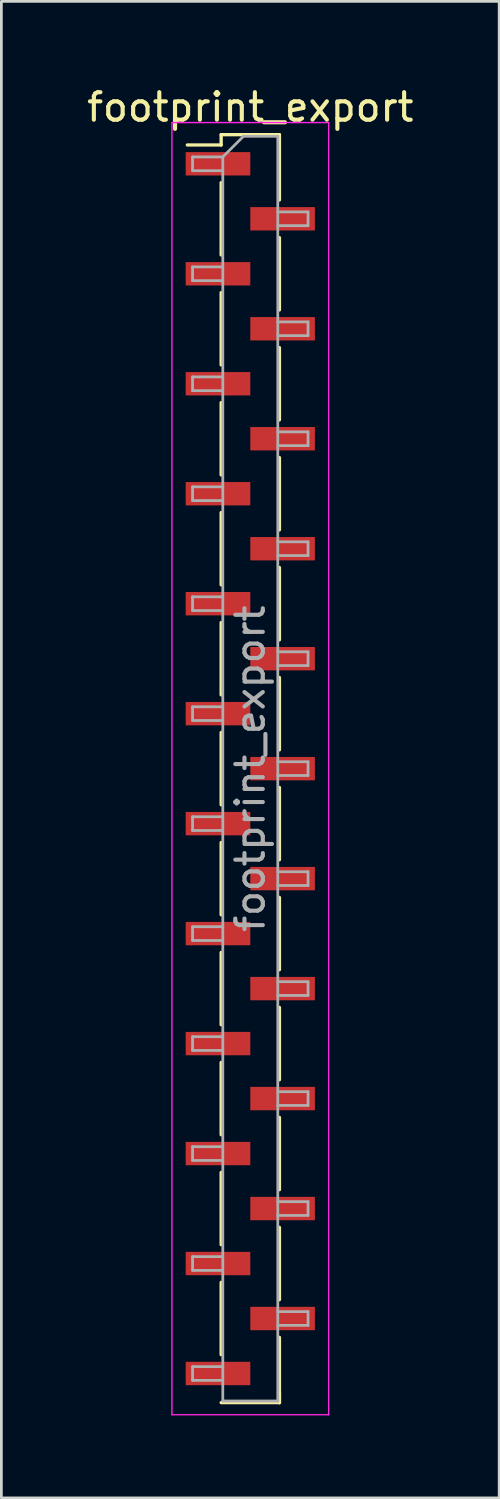
<source format=kicad_pcb>
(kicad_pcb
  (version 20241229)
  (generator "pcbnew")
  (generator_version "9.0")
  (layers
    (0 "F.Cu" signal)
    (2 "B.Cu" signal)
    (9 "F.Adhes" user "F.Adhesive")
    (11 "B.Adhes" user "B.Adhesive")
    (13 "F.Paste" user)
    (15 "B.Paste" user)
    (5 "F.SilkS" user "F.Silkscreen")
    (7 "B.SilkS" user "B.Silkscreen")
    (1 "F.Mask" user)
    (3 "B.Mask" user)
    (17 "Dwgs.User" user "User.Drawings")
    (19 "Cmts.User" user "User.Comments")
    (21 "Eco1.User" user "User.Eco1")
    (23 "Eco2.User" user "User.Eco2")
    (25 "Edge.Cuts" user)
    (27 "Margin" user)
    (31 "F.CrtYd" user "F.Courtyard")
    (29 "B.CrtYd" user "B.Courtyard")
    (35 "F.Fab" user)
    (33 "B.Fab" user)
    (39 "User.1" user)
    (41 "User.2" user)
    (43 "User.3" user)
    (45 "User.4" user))
  (footprint "footprint_export"
    (layer "F.Cu")
    (at 6.054 24.908)
    (property "Reference" "footprint_export" (at 0 -24.06 0) (layer "F.SilkS") (effects (font (size 1 1) (thickness 0.15))))
    (attr smd)
    (fp_line (start -1.06 -23.06) (end -1.06 -22.685) (stroke (width 0.12) (type solid)) (layer "F.SilkS"))
    (fp_line (start -1.06 -23.06) (end 1.06 -23.06) (stroke (width 0.12) (type solid)) (layer "F.SilkS"))
    (fp_line (start -1.06 -22.685) (end -2.29 -22.685) (stroke (width 0.12) (type solid)) (layer "F.SilkS"))
    (fp_line (start -1.06 -21.315) (end -1.06 -18.685) (stroke (width 0.12) (type solid)) (layer "F.SilkS"))
    (fp_line (start -1.06 -17.315) (end -1.06 -14.685) (stroke (width 0.12) (type solid)) (layer "F.SilkS"))
    (fp_line (start -1.06 -13.315) (end -1.06 -10.685) (stroke (width 0.12) (type solid)) (layer "F.SilkS"))
    (fp_line (start -1.06 -9.315) (end -1.06 -6.685) (stroke (width 0.12) (type solid)) (layer "F.SilkS"))
    (fp_line (start -1.06 -5.315) (end -1.06 -2.685) (stroke (width 0.12) (type solid)) (layer "F.SilkS"))
    (fp_line (start -1.06 -1.315) (end -1.06 1.315) (stroke (width 0.12) (type solid)) (layer "F.SilkS"))
    (fp_line (start -1.06 2.685) (end -1.06 5.315) (stroke (width 0.12) (type solid)) (layer "F.SilkS"))
    (fp_line (start -1.06 6.685) (end -1.06 9.315) (stroke (width 0.12) (type solid)) (layer "F.SilkS"))
    (fp_line (start -1.06 10.685) (end -1.06 13.315) (stroke (width 0.12) (type solid)) (layer "F.SilkS"))
    (fp_line (start -1.06 14.685) (end -1.06 17.315) (stroke (width 0.12) (type solid)) (layer "F.SilkS"))
    (fp_line (start -1.06 18.685) (end -1.06 21.315) (stroke (width 0.12) (type solid)) (layer "F.SilkS"))
    (fp_line (start -1.06 23.06) (end 1.06 23.06) (stroke (width 0.12) (type solid)) (layer "F.SilkS"))
    (fp_line (start 1.06 -23.06) (end 1.06 -20.685) (stroke (width 0.12) (type solid)) (layer "F.SilkS"))
    (fp_line (start 1.06 -19.315) (end 1.06 -16.685) (stroke (width 0.12) (type solid)) (layer "F.SilkS"))
    (fp_line (start 1.06 -15.315) (end 1.06 -12.685) (stroke (width 0.12) (type solid)) (layer "F.SilkS"))
    (fp_line (start 1.06 -11.315) (end 1.06 -8.685) (stroke (width 0.12) (type solid)) (layer "F.SilkS"))
    (fp_line (start 1.06 -7.315) (end 1.06 -4.685) (stroke (width 0.12) (type solid)) (layer "F.SilkS"))
    (fp_line (start 1.06 -3.315) (end 1.06 -0.685) (stroke (width 0.12) (type solid)) (layer "F.SilkS"))
    (fp_line (start 1.06 0.685) (end 1.06 3.315) (stroke (width 0.12) (type solid)) (layer "F.SilkS"))
    (fp_line (start 1.06 4.685) (end 1.06 7.315) (stroke (width 0.12) (type solid)) (layer "F.SilkS"))
    (fp_line (start 1.06 8.685) (end 1.06 11.315) (stroke (width 0.12) (type solid)) (layer "F.SilkS"))
    (fp_line (start 1.06 12.685) (end 1.06 15.315) (stroke (width 0.12) (type solid)) (layer "F.SilkS"))
    (fp_line (start 1.06 16.685) (end 1.06 19.315) (stroke (width 0.12) (type solid)) (layer "F.SilkS"))
    (fp_line (start 1.06 20.685) (end 1.06 23.06) (stroke (width 0.12) (type solid)) (layer "F.SilkS"))
    (fp_line (start 1.06 22.685) (end 1.06 23.06) (stroke (width 0.12) (type solid)) (layer "F.SilkS"))
    (fp_line (start -2.85 -23.5) (end -2.85 23.5) (stroke (width 0.05) (type solid)) (layer "F.CrtYd"))
    (fp_line (start -2.85 23.5) (end 2.85 23.5) (stroke (width 0.05) (type solid)) (layer "F.CrtYd"))
    (fp_line (start 2.85 -23.5) (end -2.85 -23.5) (stroke (width 0.05) (type solid)) (layer "F.CrtYd"))
    (fp_line (start 2.85 23.5) (end 2.85 -23.5) (stroke (width 0.05) (type solid)) (layer "F.CrtYd"))
    (fp_line (start -2.1 -22.25) (end -2.1 -21.75) (stroke (width 0.1) (type solid)) (layer "F.Fab"))
    (fp_line (start -2.1 -21.75) (end -1 -21.75) (stroke (width 0.1) (type solid)) (layer "F.Fab"))
    (fp_line (start -2.1 -18.25) (end -2.1 -17.75) (stroke (width 0.1) (type solid)) (layer "F.Fab"))
    (fp_line (start -2.1 -17.75) (end -1 -17.75) (stroke (width 0.1) (type solid)) (layer "F.Fab"))
    (fp_line (start -2.1 -14.25) (end -2.1 -13.75) (stroke (width 0.1) (type solid)) (layer "F.Fab"))
    (fp_line (start -2.1 -13.75) (end -1 -13.75) (stroke (width 0.1) (type solid)) (layer "F.Fab"))
    (fp_line (start -2.1 -10.25) (end -2.1 -9.75) (stroke (width 0.1) (type solid)) (layer "F.Fab"))
    (fp_line (start -2.1 -9.75) (end -1 -9.75) (stroke (width 0.1) (type solid)) (layer "F.Fab"))
    (fp_line (start -2.1 -6.25) (end -2.1 -5.75) (stroke (width 0.1) (type solid)) (layer "F.Fab"))
    (fp_line (start -2.1 -5.75) (end -1 -5.75) (stroke (width 0.1) (type solid)) (layer "F.Fab"))
    (fp_line (start -2.1 -2.25) (end -2.1 -1.75) (stroke (width 0.1) (type solid)) (layer "F.Fab"))
    (fp_line (start -2.1 -1.75) (end -1 -1.75) (stroke (width 0.1) (type solid)) (layer "F.Fab"))
    (fp_line (start -2.1 1.75) (end -2.1 2.25) (stroke (width 0.1) (type solid)) (layer "F.Fab"))
    (fp_line (start -2.1 2.25) (end -1 2.25) (stroke (width 0.1) (type solid)) (layer "F.Fab"))
    (fp_line (start -2.1 5.75) (end -2.1 6.25) (stroke (width 0.1) (type solid)) (layer "F.Fab"))
    (fp_line (start -2.1 6.25) (end -1 6.25) (stroke (width 0.1) (type solid)) (layer "F.Fab"))
    (fp_line (start -2.1 9.75) (end -2.1 10.25) (stroke (width 0.1) (type solid)) (layer "F.Fab"))
    (fp_line (start -2.1 10.25) (end -1 10.25) (stroke (width 0.1) (type solid)) (layer "F.Fab"))
    (fp_line (start -2.1 13.75) (end -2.1 14.25) (stroke (width 0.1) (type solid)) (layer "F.Fab"))
    (fp_line (start -2.1 14.25) (end -1 14.25) (stroke (width 0.1) (type solid)) (layer "F.Fab"))
    (fp_line (start -2.1 17.75) (end -2.1 18.25) (stroke (width 0.1) (type solid)) (layer "F.Fab"))
    (fp_line (start -2.1 18.25) (end -1 18.25) (stroke (width 0.1) (type solid)) (layer "F.Fab"))
    (fp_line (start -2.1 21.75) (end -2.1 22.25) (stroke (width 0.1) (type solid)) (layer "F.Fab"))
    (fp_line (start -2.1 22.25) (end -1 22.25) (stroke (width 0.1) (type solid)) (layer "F.Fab"))
    (fp_line (start -1 -22.25) (end -2.1 -22.25) (stroke (width 0.1) (type solid)) (layer "F.Fab"))
    (fp_line (start -1 -22.25) (end -0.25 -23) (stroke (width 0.1) (type solid)) (layer "F.Fab"))
    (fp_line (start -1 -18.25) (end -2.1 -18.25) (stroke (width 0.1) (type solid)) (layer "F.Fab"))
    (fp_line (start -1 -14.25) (end -2.1 -14.25) (stroke (width 0.1) (type solid)) (layer "F.Fab"))
    (fp_line (start -1 -10.25) (end -2.1 -10.25) (stroke (width 0.1) (type solid)) (layer "F.Fab"))
    (fp_line (start -1 -6.25) (end -2.1 -6.25) (stroke (width 0.1) (type solid)) (layer "F.Fab"))
    (fp_line (start -1 -2.25) (end -2.1 -2.25) (stroke (width 0.1) (type solid)) (layer "F.Fab"))
    (fp_line (start -1 1.75) (end -2.1 1.75) (stroke (width 0.1) (type solid)) (layer "F.Fab"))
    (fp_line (start -1 5.75) (end -2.1 5.75) (stroke (width 0.1) (type solid)) (layer "F.Fab"))
    (fp_line (start -1 9.75) (end -2.1 9.75) (stroke (width 0.1) (type solid)) (layer "F.Fab"))
    (fp_line (start -1 13.75) (end -2.1 13.75) (stroke (width 0.1) (type solid)) (layer "F.Fab"))
    (fp_line (start -1 17.75) (end -2.1 17.75) (stroke (width 0.1) (type solid)) (layer "F.Fab"))
    (fp_line (start -1 21.75) (end -2.1 21.75) (stroke (width 0.1) (type solid)) (layer "F.Fab"))
    (fp_line (start -1 23) (end -1 -22.25) (stroke (width 0.1) (type solid)) (layer "F.Fab"))
    (fp_line (start -0.25 -23) (end 1 -23) (stroke (width 0.1) (type solid)) (layer "F.Fab"))
    (fp_line (start 1 -23) (end 1 23) (stroke (width 0.1) (type solid)) (layer "F.Fab"))
    (fp_line (start 1 -20.25) (end 2.1 -20.25) (stroke (width 0.1) (type solid)) (layer "F.Fab"))
    (fp_line (start 1 -16.25) (end 2.1 -16.25) (stroke (width 0.1) (type solid)) (layer "F.Fab"))
    (fp_line (start 1 -12.25) (end 2.1 -12.25) (stroke (width 0.1) (type solid)) (layer "F.Fab"))
    (fp_line (start 1 -8.25) (end 2.1 -8.25) (stroke (width 0.1) (type solid)) (layer "F.Fab"))
    (fp_line (start 1 -4.25) (end 2.1 -4.25) (stroke (width 0.1) (type solid)) (layer "F.Fab"))
    (fp_line (start 1 -0.25) (end 2.1 -0.25) (stroke (width 0.1) (type solid)) (layer "F.Fab"))
    (fp_line (start 1 3.75) (end 2.1 3.75) (stroke (width 0.1) (type solid)) (layer "F.Fab"))
    (fp_line (start 1 7.75) (end 2.1 7.75) (stroke (width 0.1) (type solid)) (layer "F.Fab"))
    (fp_line (start 1 11.75) (end 2.1 11.75) (stroke (width 0.1) (type solid)) (layer "F.Fab"))
    (fp_line (start 1 15.75) (end 2.1 15.75) (stroke (width 0.1) (type solid)) (layer "F.Fab"))
    (fp_line (start 1 19.75) (end 2.1 19.75) (stroke (width 0.1) (type solid)) (layer "F.Fab"))
    (fp_line (start 1 23) (end -1 23) (stroke (width 0.1) (type solid)) (layer "F.Fab"))
    (fp_line (start 2.1 -20.25) (end 2.1 -19.75) (stroke (width 0.1) (type solid)) (layer "F.Fab"))
    (fp_line (start 2.1 -19.75) (end 1 -19.75) (stroke (width 0.1) (type solid)) (layer "F.Fab"))
    (fp_line (start 2.1 -16.25) (end 2.1 -15.75) (stroke (width 0.1) (type solid)) (layer "F.Fab"))
    (fp_line (start 2.1 -15.75) (end 1 -15.75) (stroke (width 0.1) (type solid)) (layer "F.Fab"))
    (fp_line (start 2.1 -12.25) (end 2.1 -11.75) (stroke (width 0.1) (type solid)) (layer "F.Fab"))
    (fp_line (start 2.1 -11.75) (end 1 -11.75) (stroke (width 0.1) (type solid)) (layer "F.Fab"))
    (fp_line (start 2.1 -8.25) (end 2.1 -7.75) (stroke (width 0.1) (type solid)) (layer "F.Fab"))
    (fp_line (start 2.1 -7.75) (end 1 -7.75) (stroke (width 0.1) (type solid)) (layer "F.Fab"))
    (fp_line (start 2.1 -4.25) (end 2.1 -3.75) (stroke (width 0.1) (type solid)) (layer "F.Fab"))
    (fp_line (start 2.1 -3.75) (end 1 -3.75) (stroke (width 0.1) (type solid)) (layer "F.Fab"))
    (fp_line (start 2.1 -0.25) (end 2.1 0.25) (stroke (width 0.1) (type solid)) (layer "F.Fab"))
    (fp_line (start 2.1 0.25) (end 1 0.25) (stroke (width 0.1) (type solid)) (layer "F.Fab"))
    (fp_line (start 2.1 3.75) (end 2.1 4.25) (stroke (width 0.1) (type solid)) (layer "F.Fab"))
    (fp_line (start 2.1 4.25) (end 1 4.25) (stroke (width 0.1) (type solid)) (layer "F.Fab"))
    (fp_line (start 2.1 7.75) (end 2.1 8.25) (stroke (width 0.1) (type solid)) (layer "F.Fab"))
    (fp_line (start 2.1 8.25) (end 1 8.25) (stroke (width 0.1) (type solid)) (layer "F.Fab"))
    (fp_line (start 2.1 11.75) (end 2.1 12.25) (stroke (width 0.1) (type solid)) (layer "F.Fab"))
    (fp_line (start 2.1 12.25) (end 1 12.25) (stroke (width 0.1) (type solid)) (layer "F.Fab"))
    (fp_line (start 2.1 15.75) (end 2.1 16.25) (stroke (width 0.1) (type solid)) (layer "F.Fab"))
    (fp_line (start 2.1 16.25) (end 1 16.25) (stroke (width 0.1) (type solid)) (layer "F.Fab"))
    (fp_line (start 2.1 19.75) (end 2.1 20.25) (stroke (width 0.1) (type solid)) (layer "F.Fab"))
    (fp_line (start 2.1 20.25) (end 1 20.25) (stroke (width 0.1) (type solid)) (layer "F.Fab"))
    (fp_text user "${REFERENCE}" (at 0 0 90) (layer "F.Fab") (effects (font (size 1 1) (thickness 0.15))))
    (pad "1" smd rect (at -1.175 -22) (size 2.35 0.85) (layers "F.Cu" "F.Mask" "F.Paste"))
    (pad "2" smd rect (at 1.175 -20) (size 2.35 0.85) (layers "F.Cu" "F.Mask" "F.Paste"))
    (pad "3" smd rect (at -1.175 -18) (size 2.35 0.85) (layers "F.Cu" "F.Mask" "F.Paste"))
    (pad "4" smd rect (at 1.175 -16) (size 2.35 0.85) (layers "F.Cu" "F.Mask" "F.Paste"))
    (pad "5" smd rect (at -1.175 -14) (size 2.35 0.85) (layers "F.Cu" "F.Mask" "F.Paste"))
    (pad "6" smd rect (at 1.175 -12) (size 2.35 0.85) (layers "F.Cu" "F.Mask" "F.Paste"))
    (pad "7" smd rect (at -1.175 -10) (size 2.35 0.85) (layers "F.Cu" "F.Mask" "F.Paste"))
    (pad "8" smd rect (at 1.175 -8) (size 2.35 0.85) (layers "F.Cu" "F.Mask" "F.Paste"))
    (pad "9" smd rect (at -1.175 -6) (size 2.35 0.85) (layers "F.Cu" "F.Mask" "F.Paste"))
    (pad "10" smd rect (at 1.175 -4) (size 2.35 0.85) (layers "F.Cu" "F.Mask" "F.Paste"))
    (pad "11" smd rect (at -1.175 -2) (size 2.35 0.85) (layers "F.Cu" "F.Mask" "F.Paste"))
    (pad "12" smd rect (at 1.175 0) (size 2.35 0.85) (layers "F.Cu" "F.Mask" "F.Paste"))
    (pad "13" smd rect (at -1.175 2) (size 2.35 0.85) (layers "F.Cu" "F.Mask" "F.Paste"))
    (pad "14" smd rect (at 1.175 4) (size 2.35 0.85) (layers "F.Cu" "F.Mask" "F.Paste"))
    (pad "15" smd rect (at -1.175 6) (size 2.35 0.85) (layers "F.Cu" "F.Mask" "F.Paste"))
    (pad "16" smd rect (at 1.175 8) (size 2.35 0.85) (layers "F.Cu" "F.Mask" "F.Paste"))
    (pad "17" smd rect (at -1.175 10) (size 2.35 0.85) (layers "F.Cu" "F.Mask" "F.Paste"))
    (pad "18" smd rect (at 1.175 12) (size 2.35 0.85) (layers "F.Cu" "F.Mask" "F.Paste"))
    (pad "19" smd rect (at -1.175 14) (size 2.35 0.85) (layers "F.Cu" "F.Mask" "F.Paste"))
    (pad "20" smd rect (at 1.175 16) (size 2.35 0.85) (layers "F.Cu" "F.Mask" "F.Paste"))
    (pad "21" smd rect (at -1.175 18) (size 2.35 0.85) (layers "F.Cu" "F.Mask" "F.Paste"))
    (pad "22" smd rect (at 1.175 20) (size 2.35 0.85) (layers "F.Cu" "F.Mask" "F.Paste"))
    (pad "23" smd rect (at -1.175 22) (size 2.35 0.85) (layers "F.Cu" "F.Mask" "F.Paste")))
  (gr_rect
    (start -3 -3)
    (end 15.107 51.433)
    (stroke (width 0.1) (type default))
    (fill no)
    (layer "Edge.Cuts")))
</source>
